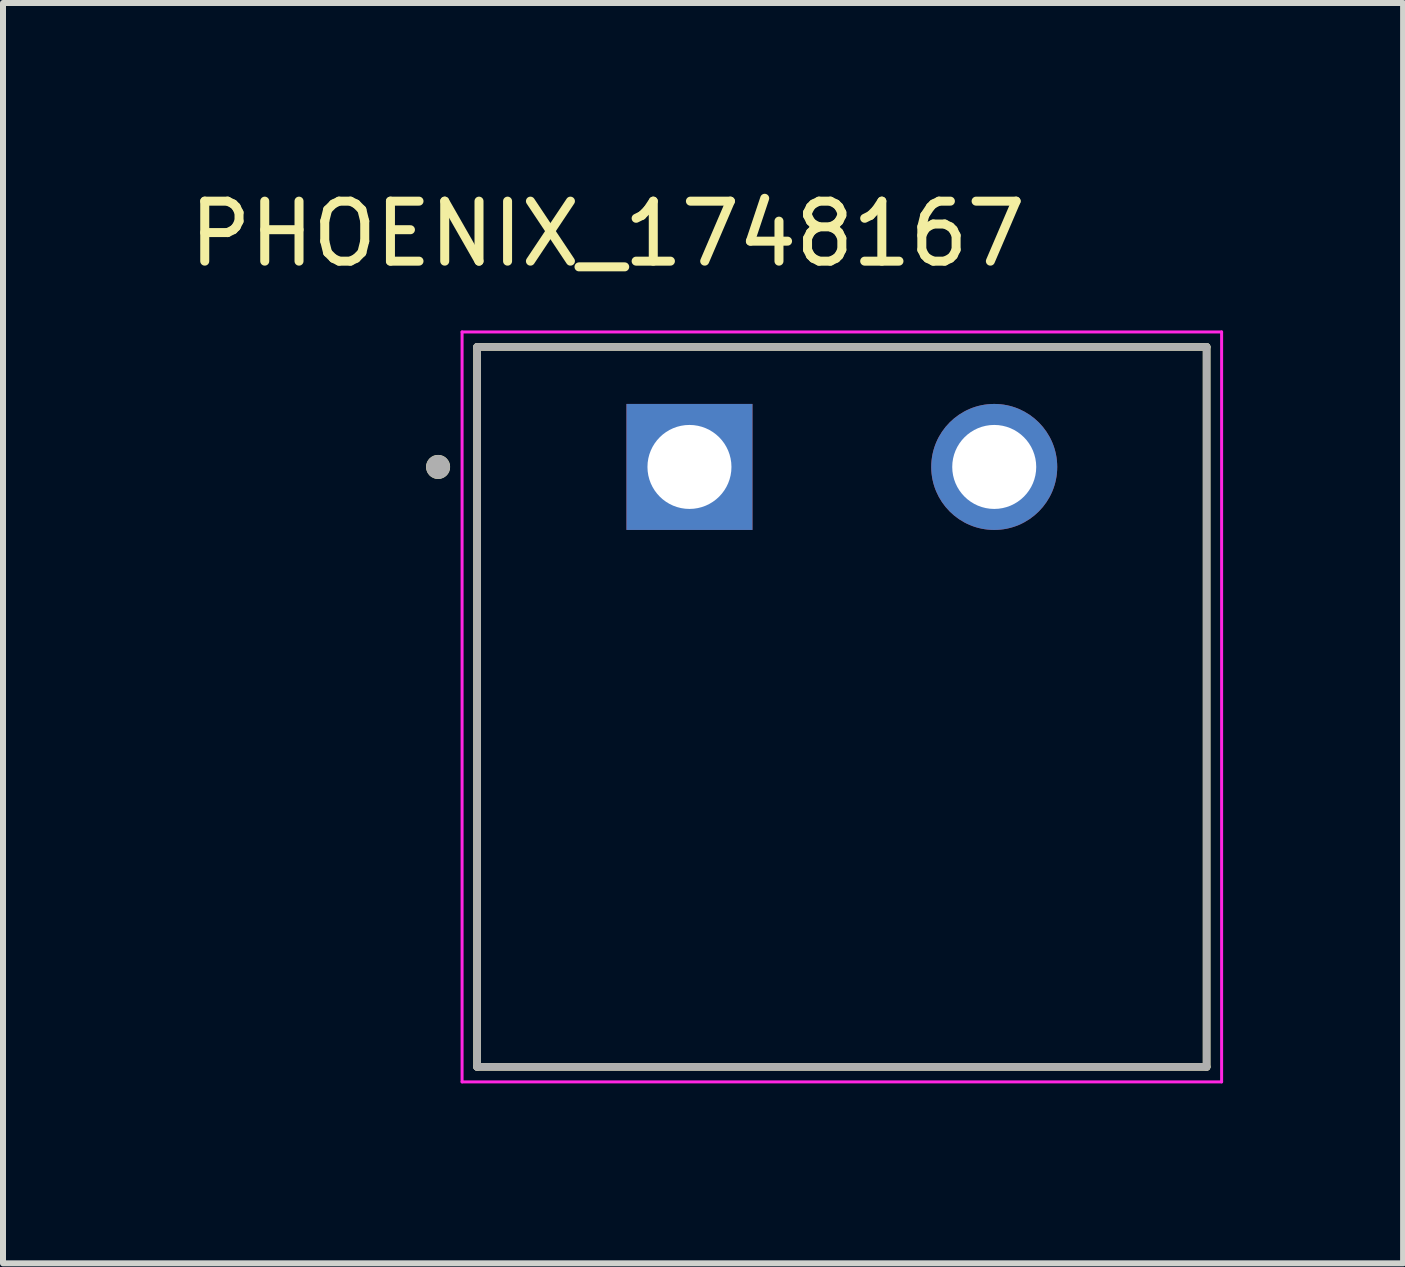
<source format=kicad_pcb>
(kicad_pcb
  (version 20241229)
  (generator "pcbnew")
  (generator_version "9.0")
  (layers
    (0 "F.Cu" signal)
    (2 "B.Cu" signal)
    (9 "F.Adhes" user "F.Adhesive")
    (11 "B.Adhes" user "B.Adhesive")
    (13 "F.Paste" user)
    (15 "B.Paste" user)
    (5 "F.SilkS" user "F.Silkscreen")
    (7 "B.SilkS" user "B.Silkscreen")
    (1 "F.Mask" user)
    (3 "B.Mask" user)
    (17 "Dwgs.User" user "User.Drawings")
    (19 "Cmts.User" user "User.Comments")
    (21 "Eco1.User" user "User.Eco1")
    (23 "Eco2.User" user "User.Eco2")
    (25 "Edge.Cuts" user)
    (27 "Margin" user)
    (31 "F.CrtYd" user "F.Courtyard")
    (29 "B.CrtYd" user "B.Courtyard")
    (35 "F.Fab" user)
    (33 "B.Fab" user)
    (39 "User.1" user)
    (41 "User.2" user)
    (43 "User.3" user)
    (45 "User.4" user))
  (footprint "PHOENIX_1748167"
    (layer "F.Cu")
    (at 4.902 14.733)
    (property "Reference" "PHOENIX_1748167" (at 2.175 -13.885 0) (layer "F.SilkS") (effects (font (size 1 1) (thickness 0.15))))
    (attr through_hole)
    (fp_line (start 0 0) (end 0 -12) (stroke (width 0.127) (type solid)) (layer "F.SilkS"))
    (fp_line (start 12.16 -12) (end 0 -12) (stroke (width 0.127) (type solid)) (layer "F.SilkS"))
    (fp_line (start 12.16 -12) (end 12.16 0) (stroke (width 0.127) (type solid)) (layer "F.SilkS"))
    (fp_line (start 12.16 0) (end 0 0) (stroke (width 0.127) (type solid)) (layer "F.SilkS"))
    (fp_circle (center -0.65 -10) (end -0.55 -10) (stroke (width 0.2) (type solid)) (fill no) (layer "F.SilkS"))
    (fp_line (start -0.25 -12.25) (end 12.41 -12.25) (stroke (width 0.05) (type solid)) (layer "F.CrtYd"))
    (fp_line (start -0.25 0.25) (end -0.25 -12.25) (stroke (width 0.05) (type solid)) (layer "F.CrtYd"))
    (fp_line (start 12.41 -12.25) (end 12.41 0.25) (stroke (width 0.05) (type solid)) (layer "F.CrtYd"))
    (fp_line (start 12.41 0.25) (end -0.25 0.25) (stroke (width 0.05) (type solid)) (layer "F.CrtYd"))
    (fp_line (start 0 -12) (end 12.16 -12) (stroke (width 0.127) (type solid)) (layer "F.Fab"))
    (fp_line (start 0 0) (end 0 -12) (stroke (width 0.127) (type solid)) (layer "F.Fab"))
    (fp_line (start 12.16 -12) (end 12.16 0) (stroke (width 0.127) (type solid)) (layer "F.Fab"))
    (fp_line (start 12.16 0) (end 0 0) (stroke (width 0.127) (type solid)) (layer "F.Fab"))
    (fp_circle (center -0.65 -10) (end -0.55 -10) (stroke (width 0.2) (type solid)) (fill no) (layer "F.Fab"))
    (pad "01" thru_hole rect (at 3.54 -10) (size 2.1 2.1) (drill 1.4) (layers "*.Cu" "*.Mask"))
    (pad "02" thru_hole circle (at 8.62 -10) (size 2.1 2.1) (drill 1.4) (layers "*.Cu" "*.Mask")))
  (gr_rect
    (start -3 -3)
    (end 20.337 18.008)
    (stroke (width 0.1) (type default))
    (fill no)
    (layer "Edge.Cuts")))
</source>
